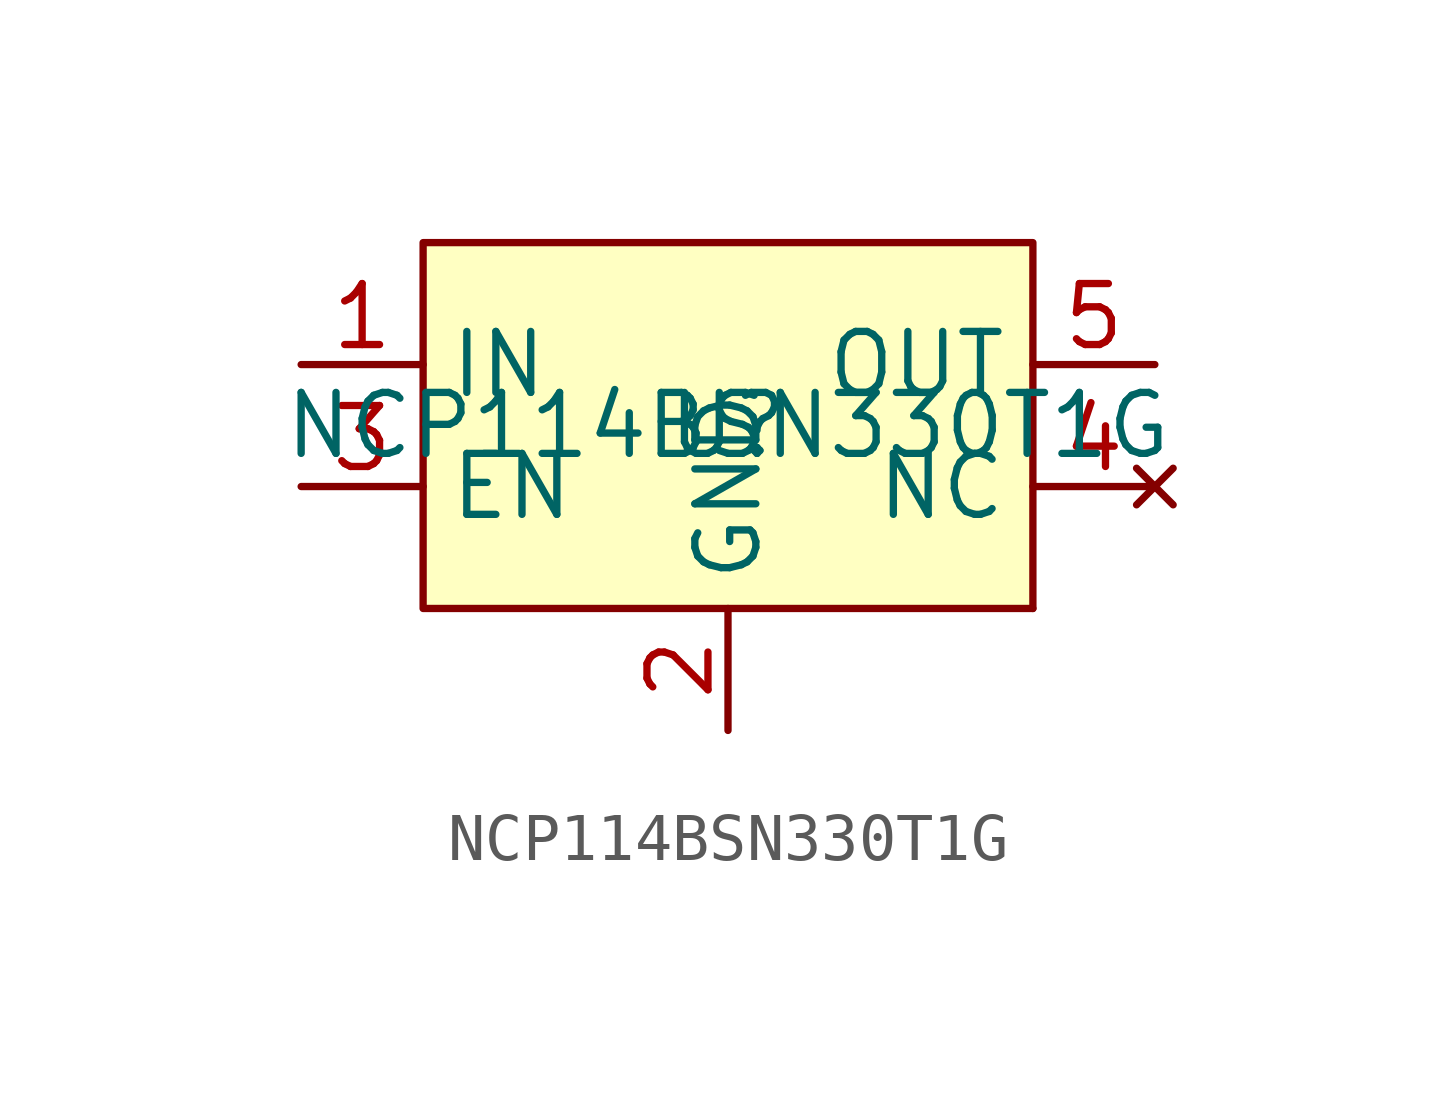
<source format=kicad_sym>
(kicad_symbol_lib
  (version 20211014)
  (generator kicad_symbol_editor)
  (symbol "NCP114BSN330T1G"
    (property "Reference" "U"
      (at 0 0 0)
      (effects (font (size 1.27 1.27))))
    (property "Value" "NCP114BSN330T1G"
      (at 0 0 0)
      (effects (font (size 1.27 1.27))))
    (symbol "NCP114BSN330T1G_0_1"
      (rectangle (start -6.35 3.81) (end 6.35 -3.81) (stroke (width 0) (type default) (color 0 0 0 0)) (fill (type background)))
      (rectangle (start 6.35 -3.81) (end 6.35 -3.81) (stroke (width 0) (type default) (color 0 0 0 0)) (fill (type none))))
    (symbol "NCP114BSN330T1G_1_1"
      (pin power_in line (at -8.89 1.27 0) (length 2.54) (name "IN" (effects (font (size 1.27 1.27)))) (number "1" (effects (font (size 1.27 1.27)))))
      (pin power_in line (at 0 -6.35 90) (length 2.54) (name "GND" (effects (font (size 1.27 1.27)))) (number "2" (effects (font (size 1.27 1.27)))))
      (pin input line (at -8.89 -1.27 0) (length 2.54) (name "EN" (effects (font (size 1.27 1.27)))) (number "3" (effects (font (size 1.27 1.27)))))
      (pin no_connect line (at 8.89 -1.27 180) (length 2.54) (name "NC" (effects (font (size 1.27 1.27)))) (number "4" (effects (font (size 1.27 1.27)))))
      (pin power_out line (at 8.89 1.27 180) (length 2.54) (name "OUT" (effects (font (size 1.27 1.27)))) (number "5" (effects (font (size 1.27 1.27))))))))
</source>
